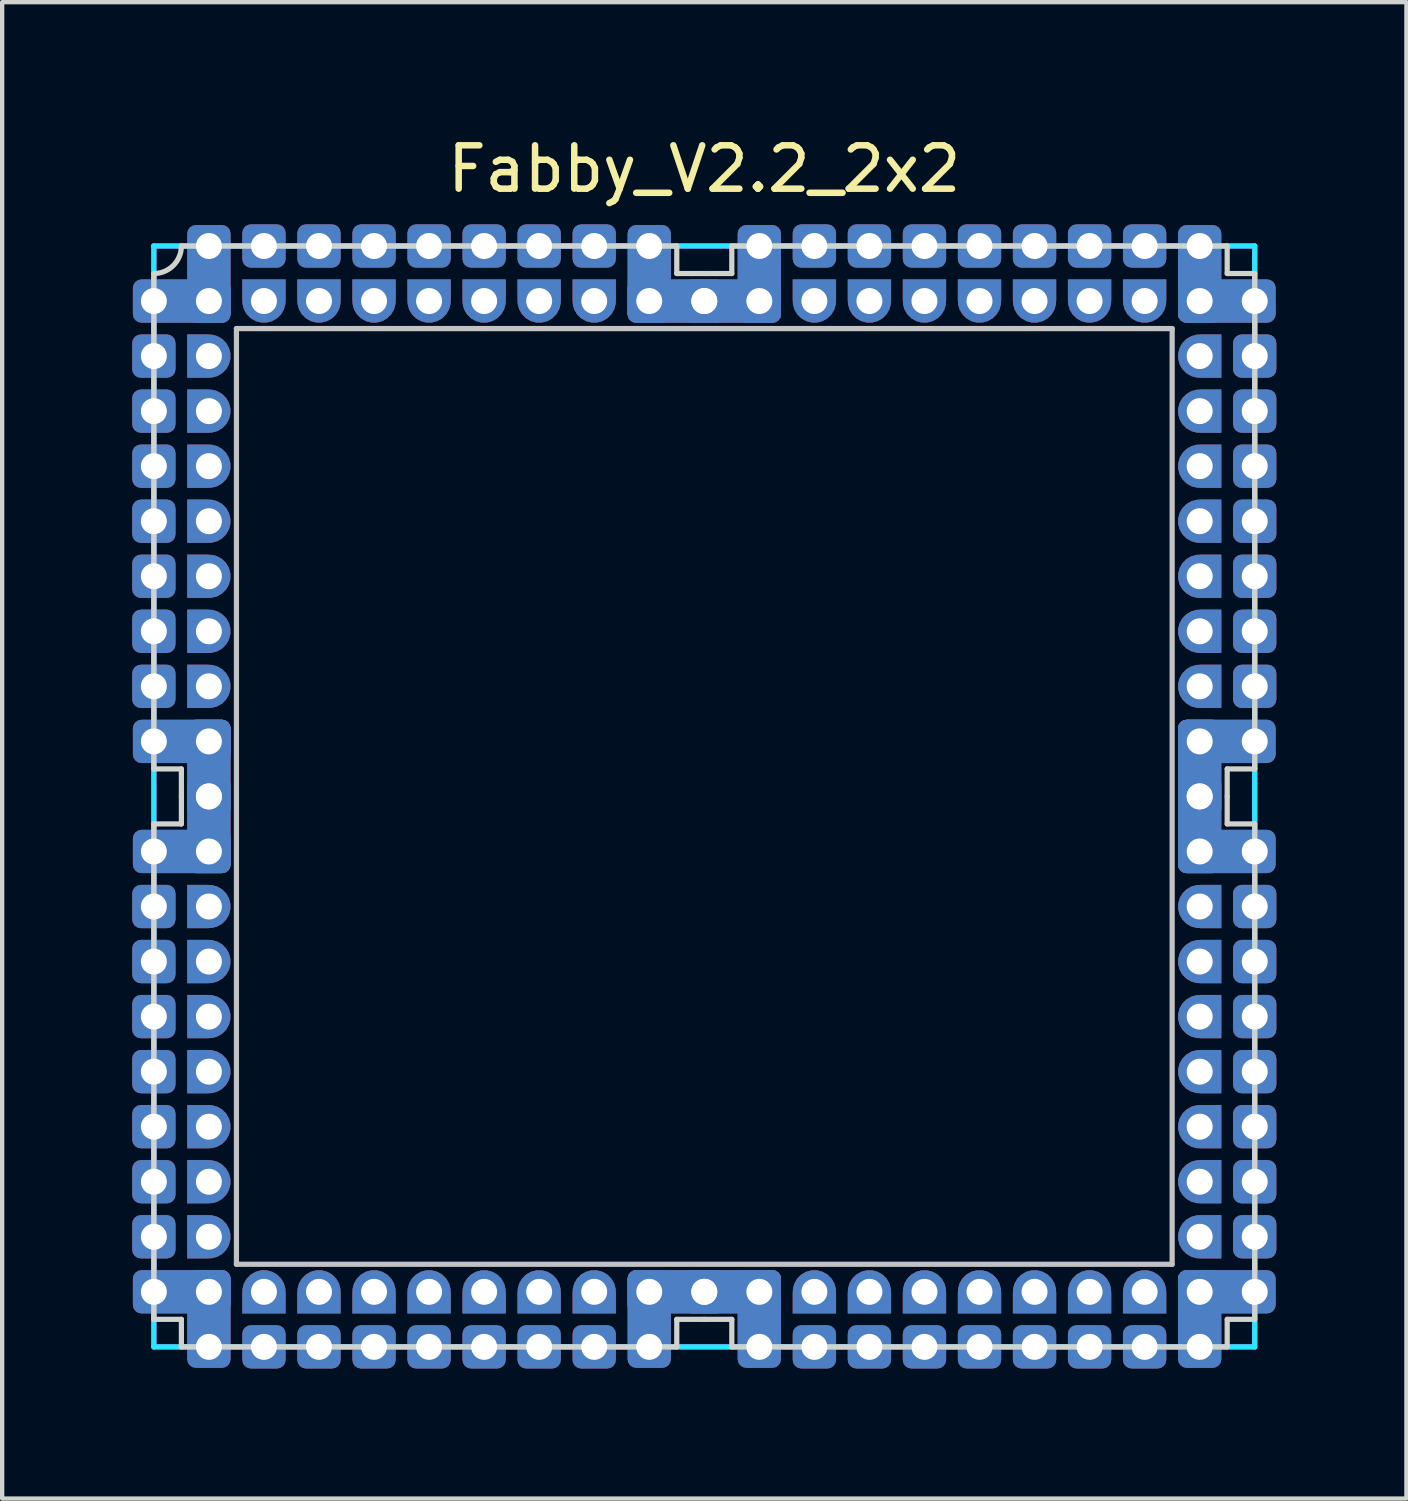
<source format=kicad_pcb>
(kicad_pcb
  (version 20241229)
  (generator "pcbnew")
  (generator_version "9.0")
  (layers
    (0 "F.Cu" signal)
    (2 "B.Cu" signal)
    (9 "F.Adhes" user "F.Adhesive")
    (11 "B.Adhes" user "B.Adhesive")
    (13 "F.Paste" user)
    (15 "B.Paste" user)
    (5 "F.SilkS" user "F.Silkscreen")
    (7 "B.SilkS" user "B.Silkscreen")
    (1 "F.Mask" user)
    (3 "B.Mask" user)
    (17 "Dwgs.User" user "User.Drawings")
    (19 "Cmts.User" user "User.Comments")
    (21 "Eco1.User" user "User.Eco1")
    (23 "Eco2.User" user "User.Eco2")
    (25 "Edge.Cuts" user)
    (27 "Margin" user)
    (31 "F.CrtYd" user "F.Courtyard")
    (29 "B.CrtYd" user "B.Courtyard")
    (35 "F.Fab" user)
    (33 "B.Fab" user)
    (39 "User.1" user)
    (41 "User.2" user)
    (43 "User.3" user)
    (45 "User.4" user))
  (footprint "Fabby_V2.2_2x2"
    (layer "F.Cu")
    (at 13.2 15.326)
    (property "Reference" "Fabby_V2.2_2x2" (at 0 -14.478 0) (layer "F.SilkS") (effects (font (size 1 1) (thickness 0.15))))
    (attr through_hole)
    (fp_line (start -10.795 -10.795) (end 10.795 -10.795) (stroke (width 0.12) (type solid)) (layer "Dwgs.User"))
    (fp_line (start -10.795 10.795) (end -10.795 -10.795) (stroke (width 0.12) (type solid)) (layer "Dwgs.User"))
    (fp_line (start 10.795 -10.795) (end 10.795 10.795) (stroke (width 0.12) (type solid)) (layer "Dwgs.User"))
    (fp_line (start 10.795 10.795) (end -10.795 10.795) (stroke (width 0.12) (type solid)) (layer "Dwgs.User"))
    (fp_line (start -12.7 -0.635) (end -12.7 -12.065) (stroke (width 0.12) (type solid)) (layer "Edge.Cuts"))
    (fp_line (start -12.7 -0.635) (end -12.065 -0.635) (stroke (width 0.12) (type solid)) (layer "Edge.Cuts"))
    (fp_line (start -12.7 12.065) (end -12.7 0.635) (stroke (width 0.12) (type solid)) (layer "Edge.Cuts"))
    (fp_line (start -12.7 12.065) (end -12.065 12.065) (stroke (width 0.12) (type solid)) (layer "Edge.Cuts"))
    (fp_line (start -12.065 -12.7) (end -0.635 -12.7) (stroke (width 0.12) (type solid)) (layer "Edge.Cuts"))
    (fp_line (start -12.065 -0.635) (end -12.065 0) (stroke (width 0.12) (type solid)) (layer "Edge.Cuts"))
    (fp_line (start -12.065 0) (end -12.065 0.635) (stroke (width 0.12) (type solid)) (layer "Edge.Cuts"))
    (fp_line (start -12.065 0.635) (end -12.7 0.635) (stroke (width 0.12) (type solid)) (layer "Edge.Cuts"))
    (fp_line (start -12.065 12.065) (end -12.065 12.7) (stroke (width 0.12) (type solid)) (layer "Edge.Cuts"))
    (fp_line (start -12.065 12.7) (end -0.635 12.7) (stroke (width 0.12) (type solid)) (layer "Edge.Cuts"))
    (fp_line (start -0.635 -12.7) (end -0.635 -12.065) (stroke (width 0.12) (type solid)) (layer "Edge.Cuts"))
    (fp_line (start -0.635 -12.065) (end 0 -12.065) (stroke (width 0.12) (type solid)) (layer "Edge.Cuts"))
    (fp_line (start -0.635 12.065) (end 0 12.065) (stroke (width 0.12) (type solid)) (layer "Edge.Cuts"))
    (fp_line (start -0.635 12.7) (end -0.635 12.065) (stroke (width 0.12) (type solid)) (layer "Edge.Cuts"))
    (fp_line (start 0 -12.065) (end 0.635 -12.065) (stroke (width 0.12) (type solid)) (layer "Edge.Cuts"))
    (fp_line (start 0 12.065) (end 0.635 12.065) (stroke (width 0.12) (type solid)) (layer "Edge.Cuts"))
    (fp_line (start 0.635 -12.7) (end 12.065 -12.7) (stroke (width 0.12) (type solid)) (layer "Edge.Cuts"))
    (fp_line (start 0.635 -12.065) (end 0.635 -12.7) (stroke (width 0.12) (type solid)) (layer "Edge.Cuts"))
    (fp_line (start 0.635 12.065) (end 0.635 12.7) (stroke (width 0.12) (type solid)) (layer "Edge.Cuts"))
    (fp_line (start 0.635 12.7) (end 12.065 12.7) (stroke (width 0.12) (type solid)) (layer "Edge.Cuts"))
    (fp_line (start 12.065 -12.7) (end 12.065 -12.065) (stroke (width 0.12) (type solid)) (layer "Edge.Cuts"))
    (fp_line (start 12.065 -12.065) (end 12.7 -12.065) (stroke (width 0.12) (type solid)) (layer "Edge.Cuts"))
    (fp_line (start 12.065 -0.635) (end 12.7 -0.635) (stroke (width 0.12) (type solid)) (layer "Edge.Cuts"))
    (fp_line (start 12.065 0) (end 12.065 -0.635) (stroke (width 0.12) (type solid)) (layer "Edge.Cuts"))
    (fp_line (start 12.065 0) (end 12.065 0.635) (stroke (width 0.12) (type solid)) (layer "Edge.Cuts"))
    (fp_line (start 12.065 0.635) (end 12.7 0.635) (stroke (width 0.12) (type solid)) (layer "Edge.Cuts"))
    (fp_line (start 12.065 12.065) (end 12.7 12.065) (stroke (width 0.12) (type solid)) (layer "Edge.Cuts"))
    (fp_line (start 12.065 12.7) (end 12.065 12.065) (stroke (width 0.12) (type solid)) (layer "Edge.Cuts"))
    (fp_line (start 12.7 -12.065) (end 12.7 -0.635) (stroke (width 0.12) (type solid)) (layer "Edge.Cuts"))
    (fp_line (start 12.7 0.635) (end 12.7 12.065) (stroke (width 0.12) (type solid)) (layer "Edge.Cuts"))
    (fp_arc (start -12.065 -12.7) (mid -12.250987 -12.250987) (end -12.7 -12.065) (stroke (width 0.12) (type solid)) (layer "Edge.Cuts"))
    (fp_line (start -12.7 -12.7) (end 12.7 -12.7) (stroke (width 0.12) (type solid)) (layer "B.CrtYd"))
    (fp_line (start -12.7 12.7) (end -12.7 -12.7) (stroke (width 0.12) (type solid)) (layer "B.CrtYd"))
    (fp_line (start 12.7 -12.7) (end 12.7 12.7) (stroke (width 0.12) (type solid)) (layer "B.CrtYd"))
    (fp_line (start 12.7 12.7) (end -12.7 12.7) (stroke (width 0.12) (type solid)) (layer "B.CrtYd"))
    (fp_line (start -12.7 -12.7) (end 12.7 -12.7) (stroke (width 0.12) (type solid)) (layer "F.CrtYd"))
    (fp_line (start -12.7 12.7) (end -12.7 -12.7) (stroke (width 0.12) (type solid)) (layer "F.CrtYd"))
    (fp_line (start 12.7 -12.7) (end 12.7 12.7) (stroke (width 0.12) (type solid)) (layer "F.CrtYd"))
    (fp_line (start 12.7 12.7) (end -12.7 12.7) (stroke (width 0.12) (type solid)) (layer "F.CrtYd"))
    (pad "" thru_hole roundrect (at -12.7 -10.16 270) (size 1 1) (drill 0.6) (layers "*.Cu" "*.Mask") (roundrect_rratio 0.2))
    (pad "" thru_hole roundrect (at -12.7 -8.89 270) (size 1 1) (drill 0.6) (layers "*.Cu" "*.Mask") (roundrect_rratio 0.2))
    (pad "" thru_hole roundrect (at -12.7 -7.62 270) (size 1 1) (drill 0.6) (layers "*.Cu" "*.Mask") (roundrect_rratio 0.2))
    (pad "" thru_hole roundrect (at -12.7 -6.35 270) (size 1 1) (drill 0.6) (layers "*.Cu" "*.Mask") (roundrect_rratio 0.2))
    (pad "" thru_hole roundrect (at -12.7 -5.08 270) (size 1 1) (drill 0.6) (layers "*.Cu" "*.Mask") (roundrect_rratio 0.2))
    (pad "" thru_hole roundrect (at -12.7 -3.81 270) (size 1 1) (drill 0.6) (layers "*.Cu" "*.Mask") (roundrect_rratio 0.2))
    (pad "" thru_hole roundrect (at -12.7 -2.54 270) (size 1 1) (drill 0.6) (layers "*.Cu" "*.Mask") (roundrect_rratio 0.2))
    (pad "" thru_hole roundrect (at -12.7 2.54 270) (size 1 1) (drill 0.6) (layers "*.Cu" "*.Mask") (roundrect_rratio 0.2))
    (pad "" thru_hole roundrect (at -12.7 3.81 270) (size 1 1) (drill 0.6) (layers "*.Cu" "*.Mask") (roundrect_rratio 0.2))
    (pad "" thru_hole roundrect (at -12.7 5.08 270) (size 1 1) (drill 0.6) (layers "*.Cu" "*.Mask") (roundrect_rratio 0.2))
    (pad "" thru_hole roundrect (at -12.7 6.35 270) (size 1 1) (drill 0.6) (layers "*.Cu" "*.Mask") (roundrect_rratio 0.2))
    (pad "" thru_hole roundrect (at -12.7 7.62 270) (size 1 1) (drill 0.6) (layers "*.Cu" "*.Mask") (roundrect_rratio 0.2))
    (pad "" thru_hole roundrect (at -12.7 8.89 270) (size 1 1) (drill 0.6) (layers "*.Cu" "*.Mask") (roundrect_rratio 0.2))
    (pad "" thru_hole roundrect (at -12.7 10.16 270) (size 1 1) (drill 0.6) (layers "*.Cu" "*.Mask") (roundrect_rratio 0.2))
    (pad "" thru_hole roundrect (at -10.16 -12.7 270) (size 1 1) (drill 0.6) (layers "*.Cu" "*.Mask") (roundrect_rratio 0.2))
    (pad "" thru_hole roundrect (at -10.16 12.7 270) (size 1 1) (drill 0.6) (layers "*.Cu" "*.Mask") (roundrect_rratio 0.2))
    (pad "" thru_hole roundrect (at -8.89 -12.7 270) (size 1 1) (drill 0.6) (layers "*.Cu" "*.Mask") (roundrect_rratio 0.2))
    (pad "" thru_hole roundrect (at -8.89 12.7 270) (size 1 1) (drill 0.6) (layers "*.Cu" "*.Mask") (roundrect_rratio 0.2))
    (pad "" thru_hole roundrect (at -7.62 -12.7 270) (size 1 1) (drill 0.6) (layers "*.Cu" "*.Mask") (roundrect_rratio 0.2))
    (pad "" thru_hole roundrect (at -7.62 12.7 270) (size 1 1) (drill 0.6) (layers "*.Cu" "*.Mask") (roundrect_rratio 0.2))
    (pad "" thru_hole roundrect (at -6.35 -12.7 270) (size 1 1) (drill 0.6) (layers "*.Cu" "*.Mask") (roundrect_rratio 0.2))
    (pad "" thru_hole roundrect (at -6.35 12.7 270) (size 1 1) (drill 0.6) (layers "*.Cu" "*.Mask") (roundrect_rratio 0.2))
    (pad "" thru_hole roundrect (at -5.08 -12.7 270) (size 1 1) (drill 0.6) (layers "*.Cu" "*.Mask") (roundrect_rratio 0.2))
    (pad "" thru_hole roundrect (at -5.08 12.7 270) (size 1 1) (drill 0.6) (layers "*.Cu" "*.Mask") (roundrect_rratio 0.2))
    (pad "" thru_hole roundrect (at -3.81 -12.7 270) (size 1 1) (drill 0.6) (layers "*.Cu" "*.Mask") (roundrect_rratio 0.2))
    (pad "" thru_hole roundrect (at -3.81 12.7 270) (size 1 1) (drill 0.6) (layers "*.Cu" "*.Mask") (roundrect_rratio 0.2))
    (pad "" thru_hole roundrect (at -2.54 -12.7 270) (size 1 1) (drill 0.6) (layers "*.Cu" "*.Mask") (roundrect_rratio 0.2))
    (pad "" thru_hole roundrect (at -2.54 12.7 270) (size 1 1) (drill 0.6) (layers "*.Cu" "*.Mask") (roundrect_rratio 0.2))
    (pad "" thru_hole roundrect (at 2.54 -12.7 270) (size 1 1) (drill 0.6) (layers "*.Cu" "*.Mask") (roundrect_rratio 0.2))
    (pad "" thru_hole roundrect (at 2.54 12.7 270) (size 1 1) (drill 0.6) (layers "*.Cu" "*.Mask") (roundrect_rratio 0.2))
    (pad "" thru_hole roundrect (at 3.81 -12.7 270) (size 1 1) (drill 0.6) (layers "*.Cu" "*.Mask") (roundrect_rratio 0.2))
    (pad "" thru_hole roundrect (at 3.81 12.7 270) (size 1 1) (drill 0.6) (layers "*.Cu" "*.Mask") (roundrect_rratio 0.2))
    (pad "" thru_hole roundrect (at 5.08 -12.7 270) (size 1 1) (drill 0.6) (layers "*.Cu" "*.Mask") (roundrect_rratio 0.2))
    (pad "" thru_hole roundrect (at 5.08 12.7 270) (size 1 1) (drill 0.6) (layers "*.Cu" "*.Mask") (roundrect_rratio 0.2))
    (pad "" thru_hole roundrect (at 6.35 -12.7 270) (size 1 1) (drill 0.6) (layers "*.Cu" "*.Mask") (roundrect_rratio 0.2))
    (pad "" thru_hole roundrect (at 6.35 12.7 270) (size 1 1) (drill 0.6) (layers "*.Cu" "*.Mask") (roundrect_rratio 0.2))
    (pad "" thru_hole roundrect (at 7.62 -12.7 270) (size 1 1) (drill 0.6) (layers "*.Cu" "*.Mask") (roundrect_rratio 0.2))
    (pad "" thru_hole roundrect (at 7.62 12.7 270) (size 1 1) (drill 0.6) (layers "*.Cu" "*.Mask") (roundrect_rratio 0.2))
    (pad "" thru_hole roundrect (at 8.89 -12.7 270) (size 1 1) (drill 0.6) (layers "*.Cu" "*.Mask") (roundrect_rratio 0.2))
    (pad "" thru_hole roundrect (at 8.89 12.7 270) (size 1 1) (drill 0.6) (layers "*.Cu" "*.Mask") (roundrect_rratio 0.2))
    (pad "" thru_hole roundrect (at 10.16 -12.7 270) (size 1 1) (drill 0.6) (layers "*.Cu" "*.Mask") (roundrect_rratio 0.2))
    (pad "" thru_hole roundrect (at 10.16 12.7 270) (size 1 1) (drill 0.6) (layers "*.Cu" "*.Mask") (roundrect_rratio 0.2))
    (pad "" thru_hole roundrect (at 12.7 -10.16 270) (size 1 1) (drill 0.6) (layers "*.Cu" "*.Mask") (roundrect_rratio 0.2))
    (pad "" thru_hole roundrect (at 12.7 -8.89 270) (size 1 1) (drill 0.6) (layers "*.Cu" "*.Mask") (roundrect_rratio 0.2))
    (pad "" thru_hole roundrect (at 12.7 -7.62 270) (size 1 1) (drill 0.6) (layers "*.Cu" "*.Mask") (roundrect_rratio 0.2))
    (pad "" thru_hole roundrect (at 12.7 -6.35 270) (size 1 1) (drill 0.6) (layers "*.Cu" "*.Mask") (roundrect_rratio 0.2))
    (pad "" thru_hole roundrect (at 12.7 -5.08 270) (size 1 1) (drill 0.6) (layers "*.Cu" "*.Mask") (roundrect_rratio 0.2))
    (pad "" thru_hole roundrect (at 12.7 -3.81 270) (size 1 1) (drill 0.6) (layers "*.Cu" "*.Mask") (roundrect_rratio 0.2))
    (pad "" thru_hole roundrect (at 12.7 -2.54 270) (size 1 1) (drill 0.6) (layers "*.Cu" "*.Mask") (roundrect_rratio 0.2))
    (pad "" thru_hole roundrect (at 12.7 2.54 270) (size 1 1) (drill 0.6) (layers "*.Cu" "*.Mask") (roundrect_rratio 0.2))
    (pad "" thru_hole roundrect (at 12.7 3.81 270) (size 1 1) (drill 0.6) (layers "*.Cu" "*.Mask") (roundrect_rratio 0.2))
    (pad "" thru_hole roundrect (at 12.7 5.08 270) (size 1 1) (drill 0.6) (layers "*.Cu" "*.Mask") (roundrect_rratio 0.2))
    (pad "" thru_hole roundrect (at 12.7 6.35 270) (size 1 1) (drill 0.6) (layers "*.Cu" "*.Mask") (roundrect_rratio 0.2))
    (pad "" thru_hole roundrect (at 12.7 7.62 270) (size 1 1) (drill 0.6) (layers "*.Cu" "*.Mask") (roundrect_rratio 0.2))
    (pad "" thru_hole roundrect (at 12.7 8.89 270) (size 1 1) (drill 0.6) (layers "*.Cu" "*.Mask") (roundrect_rratio 0.2))
    (pad "" thru_hole roundrect (at 12.7 10.16 270) (size 1 1) (drill 0.6) (layers "*.Cu" "*.Mask") (roundrect_rratio 0.2))
    (pad "1" thru_hole roundrect (at -12.7 -11.43 270) (size 1 2.254) (drill 0.6 (offset 0 -0.643)) (layers "*.Cu" "*.Mask") (roundrect_rratio 0.2))
    (pad "1" thru_hole roundrect (at -12.7 -1.27 270) (size 1 2.254) (drill 0.6 (offset 0 -0.643)) (layers "*.Cu" "*.Mask") (roundrect_rratio 0.2))
    (pad "1" thru_hole roundrect (at -12.7 1.27 270) (size 1 2.254) (drill 0.6 (offset 0 -0.643)) (layers "*.Cu" "*.Mask") (roundrect_rratio 0.2))
    (pad "1" thru_hole roundrect (at -12.7 11.43 270) (size 1 2.254) (drill 0.6 (offset 0 -0.643)) (layers "*.Cu" "*.Mask") (roundrect_rratio 0.2))
    (pad "1" thru_hole roundrect (at -11.43 -12.7 180) (size 1 2.254) (drill 0.6 (offset 0 -0.643)) (layers "*.Cu" "*.Mask") (roundrect_rratio 0.2))
    (pad "1" thru_hole roundrect (at -11.43 -11.43 270) (size 1 1) (drill 0.6) (layers "*.Cu" "*.Mask") (roundrect_rratio 0.2))
    (pad "1" thru_hole roundrect (at -11.43 -1.27 270) (size 1 1) (drill 0.6) (layers "*.Cu" "*.Mask") (roundrect_rratio 0.2))
    (pad "1" thru_hole roundrect (at -11.43 0 180) (size 1 2.254) (drill 0.6 (offset 0 -0.643)) (layers "*.Cu" "*.Mask") (roundrect_rratio 0.2))
    (pad "1" thru_hole roundrect (at -11.43 0) (size 1 2.254) (drill 0.6 (offset 0 -0.643)) (layers "*.Cu" "*.Mask") (roundrect_rratio 0.2))
    (pad "1" thru_hole roundrect (at -11.43 1.27 270) (size 1 1) (drill 0.6) (layers "*.Cu" "*.Mask") (roundrect_rratio 0.2))
    (pad "1" thru_hole roundrect (at -11.43 11.43 270) (size 1 1) (drill 0.6) (layers "*.Cu" "*.Mask") (roundrect_rratio 0.2))
    (pad "1" thru_hole roundrect (at -11.43 12.7) (size 1 2.254) (drill 0.6 (offset 0 -0.643)) (layers "*.Cu" "*.Mask") (roundrect_rratio 0.2))
    (pad "1" thru_hole roundrect (at -1.27 -12.7 180) (size 1 2.254) (drill 0.6 (offset 0 -0.643)) (layers "*.Cu" "*.Mask") (roundrect_rratio 0.2))
    (pad "1" thru_hole roundrect (at -1.27 -11.43) (size 1 1) (drill 0.6) (layers "*.Cu" "*.Mask") (roundrect_rratio 0.2))
    (pad "1" thru_hole roundrect (at -1.27 11.43 270) (size 1 1) (drill 0.6) (layers "*.Cu" "*.Mask") (roundrect_rratio 0.2))
    (pad "1" thru_hole roundrect (at -1.27 12.7) (size 1 2.254) (drill 0.6 (offset 0 -0.643)) (layers "*.Cu" "*.Mask") (roundrect_rratio 0.2))
    (pad "1" thru_hole roundrect (at 0 -11.43 270) (size 1 2.254) (drill 0.6 (offset 0 -0.643)) (layers "*.Cu" "*.Mask") (roundrect_rratio 0.2))
    (pad "1" thru_hole roundrect (at 0 -11.43 90) (size 1 2.254) (drill 0.6 (offset 0 -0.643)) (layers "*.Cu" "*.Mask") (roundrect_rratio 0.2))
    (pad "1" thru_hole roundrect (at 0 11.43 270) (size 1 2.254) (drill 0.6 (offset 0 -0.643)) (layers "*.Cu" "*.Mask") (roundrect_rratio 0.2))
    (pad "1" thru_hole roundrect (at 0 11.43 90) (size 1 2.254) (drill 0.6 (offset 0 -0.643)) (layers "*.Cu" "*.Mask") (roundrect_rratio 0.2))
    (pad "1" thru_hole roundrect (at 1.27 -12.7 180) (size 1 2.254) (drill 0.6 (offset 0 -0.643)) (layers "*.Cu" "*.Mask") (roundrect_rratio 0.2))
    (pad "1" thru_hole roundrect (at 1.27 -11.43) (size 1 1) (drill 0.6) (layers "*.Cu" "*.Mask") (roundrect_rratio 0.2))
    (pad "1" thru_hole roundrect (at 1.27 11.43 270) (size 1 1) (drill 0.6) (layers "*.Cu" "*.Mask") (roundrect_rratio 0.2))
    (pad "1" thru_hole roundrect (at 1.27 12.7) (size 1 2.254) (drill 0.6 (offset 0 -0.643)) (layers "*.Cu" "*.Mask") (roundrect_rratio 0.2))
    (pad "1" thru_hole roundrect (at 11.43 -12.7 180) (size 1 2.254) (drill 0.6 (offset 0 -0.643)) (layers "*.Cu" "*.Mask") (roundrect_rratio 0.2))
    (pad "1" thru_hole roundrect (at 11.43 -11.43) (size 1 1) (drill 0.6) (layers "*.Cu" "*.Mask") (roundrect_rratio 0.2))
    (pad "1" thru_hole roundrect (at 11.43 -1.27) (size 1 1) (drill 0.6) (layers "*.Cu" "*.Mask") (roundrect_rratio 0.2))
    (pad "1" thru_hole roundrect (at 11.43 0) (size 1 2.254) (drill 0.6 (offset 0 -0.643)) (layers "*.Cu" "*.Mask") (roundrect_rratio 0.2))
    (pad "1" thru_hole roundrect (at 11.43 0 180) (size 1 2.254) (drill 0.6 (offset 0 -0.643)) (layers "*.Cu" "*.Mask") (roundrect_rratio 0.2))
    (pad "1" thru_hole roundrect (at 11.43 1.27) (size 1 1) (drill 0.6) (layers "*.Cu" "*.Mask") (roundrect_rratio 0.2))
    (pad "1" thru_hole roundrect (at 11.43 11.43) (size 1 1) (drill 0.6) (layers "*.Cu" "*.Mask") (roundrect_rratio 0.2))
    (pad "1" thru_hole roundrect (at 11.43 12.7) (size 1 2.254) (drill 0.6 (offset 0 -0.643)) (layers "*.Cu" "*.Mask") (roundrect_rratio 0.2))
    (pad "1" thru_hole roundrect (at 12.7 -11.43 90) (size 1 2.254) (drill 0.6 (offset 0 -0.643)) (layers "*.Cu" "*.Mask") (roundrect_rratio 0.2))
    (pad "1" thru_hole roundrect (at 12.7 -1.27 90) (size 1 2.254) (drill 0.6 (offset 0 -0.643)) (layers "*.Cu" "*.Mask") (roundrect_rratio 0.2))
    (pad "1" thru_hole roundrect (at 12.7 1.27 90) (size 1 2.254) (drill 0.6 (offset 0 -0.643)) (layers "*.Cu" "*.Mask") (roundrect_rratio 0.2))
    (pad "1" thru_hole roundrect (at 12.7 11.43 90) (size 1 2.254) (drill 0.6 (offset 0 -0.643)) (layers "*.Cu" "*.Mask") (roundrect_rratio 0.2))
    (pad "2" thru_hole custom (at -11.43 -10.16) (size 1 1) (drill 0.6) (layers "*.Cu" "*.Mask") (options (anchor circle)) (primitives (gr_poly (pts (xy -0.5 -0.5) (xy 0 -0.5) (xy 0 0.5) (xy -0.5 0.5)) (width 0) (fill yes))))
    (pad "3" thru_hole custom (at -11.43 -8.89) (size 1 1) (drill 0.6) (layers "*.Cu" "*.Mask") (options (anchor circle)) (primitives (gr_poly (pts (xy -0.5 -0.5) (xy 0 -0.5) (xy 0 0.5) (xy -0.5 0.5)) (width 0) (fill yes))))
    (pad "4" thru_hole custom (at -11.43 -7.62) (size 1 1) (drill 0.6) (layers "*.Cu" "*.Mask") (options (anchor circle)) (primitives (gr_poly (pts (xy -0.5 -0.5) (xy 0 -0.5) (xy 0 0.5) (xy -0.5 0.5)) (width 0) (fill yes))))
    (pad "5" thru_hole custom (at -11.43 -6.35) (size 1 1) (drill 0.6) (layers "*.Cu" "*.Mask") (options (anchor circle)) (primitives (gr_poly (pts (xy -0.5 -0.5) (xy 0 -0.5) (xy 0 0.5) (xy -0.5 0.5)) (width 0) (fill yes))))
    (pad "6" thru_hole custom (at -11.43 -5.08) (size 1 1) (drill 0.6) (layers "*.Cu" "*.Mask") (options (anchor circle)) (primitives (gr_poly (pts (xy -0.5 -0.5) (xy 0 -0.5) (xy 0 0.5) (xy -0.5 0.5)) (width 0) (fill yes))))
    (pad "7" thru_hole custom (at -11.43 -3.81) (size 1 1) (drill 0.6) (layers "*.Cu" "*.Mask") (options (anchor circle)) (primitives (gr_poly (pts (xy -0.5 -0.5) (xy 0 -0.5) (xy 0 0.5) (xy -0.5 0.5)) (width 0) (fill yes))))
    (pad "8" thru_hole custom (at -11.43 -2.54) (size 1 1) (drill 0.6) (layers "*.Cu" "*.Mask") (options (anchor circle)) (primitives (gr_poly (pts (xy -0.5 -0.5) (xy 0 -0.5) (xy 0 0.5) (xy -0.5 0.5)) (width 0) (fill yes))))
    (pad "9" thru_hole custom (at -11.43 2.54) (size 1 1) (drill 0.6) (layers "*.Cu" "*.Mask") (options (anchor circle)) (primitives (gr_poly (pts (xy -0.5 -0.5) (xy 0 -0.5) (xy 0 0.5) (xy -0.5 0.5)) (width 0) (fill yes))))
    (pad "10" thru_hole custom (at -11.43 3.81) (size 1 1) (drill 0.6) (layers "*.Cu" "*.Mask") (options (anchor circle)) (primitives (gr_poly (pts (xy -0.5 -0.5) (xy 0 -0.5) (xy 0 0.5) (xy -0.5 0.5)) (width 0) (fill yes))))
    (pad "11" thru_hole custom (at -11.43 5.08) (size 1 1) (drill 0.6) (layers "*.Cu" "*.Mask") (options (anchor circle)) (primitives (gr_poly (pts (xy -0.5 -0.5) (xy 0 -0.5) (xy 0 0.5) (xy -0.5 0.5)) (width 0) (fill yes))))
    (pad "12" thru_hole custom (at -11.43 6.35) (size 1 1) (drill 0.6) (layers "*.Cu" "*.Mask") (options (anchor circle)) (primitives (gr_poly (pts (xy -0.5 -0.5) (xy 0 -0.5) (xy 0 0.5) (xy -0.5 0.5)) (width 0) (fill yes))))
    (pad "13" thru_hole custom (at -11.43 7.62) (size 1 1) (drill 0.6) (layers "*.Cu" "*.Mask") (options (anchor circle)) (primitives (gr_poly (pts (xy -0.5 -0.5) (xy 0 -0.5) (xy 0 0.5) (xy -0.5 0.5)) (width 0) (fill yes))))
    (pad "14" thru_hole custom (at -11.43 8.89) (size 1 1) (drill 0.6) (layers "*.Cu" "*.Mask") (options (anchor circle)) (primitives (gr_poly (pts (xy -0.5 -0.5) (xy 0 -0.5) (xy 0 0.5) (xy -0.5 0.5)) (width 0) (fill yes))))
    (pad "15" thru_hole custom (at -11.43 10.16) (size 1 1) (drill 0.6) (layers "*.Cu" "*.Mask") (options (anchor circle)) (primitives (gr_poly (pts (xy -0.5 -0.5) (xy 0 -0.5) (xy 0 0.5) (xy -0.5 0.5)) (width 0) (fill yes))))
    (pad "16" thru_hole custom (at -10.16 11.43 90) (size 1 1) (drill 0.6) (layers "*.Cu" "*.Mask") (options (anchor circle)) (primitives (gr_poly (pts (xy -0.5 -0.5) (xy 0 -0.5) (xy 0 0.5) (xy -0.5 0.5)) (width 0) (fill yes))))
    (pad "17" thru_hole custom (at -8.89 11.43 90) (size 1 1) (drill 0.6) (layers "*.Cu" "*.Mask") (options (anchor circle)) (primitives (gr_poly (pts (xy -0.5 -0.5) (xy 0 -0.5) (xy 0 0.5) (xy -0.5 0.5)) (width 0) (fill yes))))
    (pad "18" thru_hole custom (at -7.62 11.43 90) (size 1 1) (drill 0.6) (layers "*.Cu" "*.Mask") (options (anchor circle)) (primitives (gr_poly (pts (xy -0.5 -0.5) (xy 0 -0.5) (xy 0 0.5) (xy -0.5 0.5)) (width 0) (fill yes))))
    (pad "19" thru_hole custom (at -6.35 11.43 90) (size 1 1) (drill 0.6) (layers "*.Cu" "*.Mask") (options (anchor circle)) (primitives (gr_poly (pts (xy -0.5 -0.5) (xy 0 -0.5) (xy 0 0.5) (xy -0.5 0.5)) (width 0) (fill yes))))
    (pad "20" thru_hole custom (at -5.08 11.43 90) (size 1 1) (drill 0.6) (layers "*.Cu" "*.Mask") (options (anchor circle)) (primitives (gr_poly (pts (xy -0.5 -0.5) (xy 0 -0.5) (xy 0 0.5) (xy -0.5 0.5)) (width 0) (fill yes))))
    (pad "21" thru_hole custom (at -3.81 11.43 90) (size 1 1) (drill 0.6) (layers "*.Cu" "*.Mask") (options (anchor circle)) (primitives (gr_poly (pts (xy -0.5 -0.5) (xy 0 -0.5) (xy 0 0.5) (xy -0.5 0.5)) (width 0) (fill yes))))
    (pad "22" thru_hole custom (at -2.54 11.43 90) (size 1 1) (drill 0.6) (layers "*.Cu" "*.Mask") (options (anchor circle)) (primitives (gr_poly (pts (xy -0.5 -0.5) (xy 0 -0.5) (xy 0 0.5) (xy -0.5 0.5)) (width 0) (fill yes))))
    (pad "23" thru_hole custom (at 2.54 11.43 90) (size 1 1) (drill 0.6) (layers "*.Cu" "*.Mask") (options (anchor circle)) (primitives (gr_poly (pts (xy -0.5 -0.5) (xy 0 -0.5) (xy 0 0.5) (xy -0.5 0.5)) (width 0) (fill yes))))
    (pad "24" thru_hole custom (at 3.81 11.43 90) (size 1 1) (drill 0.6) (layers "*.Cu" "*.Mask") (options (anchor circle)) (primitives (gr_poly (pts (xy -0.5 -0.5) (xy 0 -0.5) (xy 0 0.5) (xy -0.5 0.5)) (width 0) (fill yes))))
    (pad "25" thru_hole custom (at 5.08 11.43 90) (size 1 1) (drill 0.6) (layers "*.Cu" "*.Mask") (options (anchor circle)) (primitives (gr_poly (pts (xy -0.5 -0.5) (xy 0 -0.5) (xy 0 0.5) (xy -0.5 0.5)) (width 0) (fill yes))))
    (pad "26" thru_hole custom (at 6.35 11.43 90) (size 1 1) (drill 0.6) (layers "*.Cu" "*.Mask") (options (anchor circle)) (primitives (gr_poly (pts (xy -0.5 -0.5) (xy 0 -0.5) (xy 0 0.5) (xy -0.5 0.5)) (width 0) (fill yes))))
    (pad "27" thru_hole custom (at 7.62 11.43 90) (size 1 1) (drill 0.6) (layers "*.Cu" "*.Mask") (options (anchor circle)) (primitives (gr_poly (pts (xy -0.5 -0.5) (xy 0 -0.5) (xy 0 0.5) (xy -0.5 0.5)) (width 0) (fill yes))))
    (pad "28" thru_hole custom (at 8.89 11.43 90) (size 1 1) (drill 0.6) (layers "*.Cu" "*.Mask") (options (anchor circle)) (primitives (gr_poly (pts (xy -0.5 -0.5) (xy 0 -0.5) (xy 0 0.5) (xy -0.5 0.5)) (width 0) (fill yes))))
    (pad "29" thru_hole custom (at 10.16 11.43 90) (size 1 1) (drill 0.6) (layers "*.Cu" "*.Mask") (options (anchor circle)) (primitives (gr_poly (pts (xy -0.5 -0.5) (xy 0 -0.5) (xy 0 0.5) (xy -0.5 0.5)) (width 0) (fill yes))))
    (pad "30" thru_hole custom (at 11.43 10.16 180) (size 1 1) (drill 0.6) (layers "*.Cu" "*.Mask") (options (anchor circle)) (primitives (gr_poly (pts (xy -0.5 -0.5) (xy 0 -0.5) (xy 0 0.5) (xy -0.5 0.5)) (width 0) (fill yes))))
    (pad "31" thru_hole custom (at 11.43 8.89 180) (size 1 1) (drill 0.6) (layers "*.Cu" "*.Mask") (options (anchor circle)) (primitives (gr_poly (pts (xy -0.5 -0.5) (xy 0 -0.5) (xy 0 0.5) (xy -0.5 0.5)) (width 0) (fill yes))))
    (pad "32" thru_hole custom (at 11.43 7.62 180) (size 1 1) (drill 0.6) (layers "*.Cu" "*.Mask") (options (anchor circle)) (primitives (gr_poly (pts (xy -0.5 -0.5) (xy 0 -0.5) (xy 0 0.5) (xy -0.5 0.5)) (width 0) (fill yes))))
    (pad "33" thru_hole custom (at 11.43 6.35 180) (size 1 1) (drill 0.6) (layers "*.Cu" "*.Mask") (options (anchor circle)) (primitives (gr_poly (pts (xy -0.5 -0.5) (xy 0 -0.5) (xy 0 0.5) (xy -0.5 0.5)) (width 0) (fill yes))))
    (pad "34" thru_hole custom (at 11.43 5.08 180) (size 1 1) (drill 0.6) (layers "*.Cu" "*.Mask") (options (anchor circle)) (primitives (gr_poly (pts (xy -0.5 -0.5) (xy 0 -0.5) (xy 0 0.5) (xy -0.5 0.5)) (width 0) (fill yes))))
    (pad "35" thru_hole custom (at 11.43 3.81 180) (size 1 1) (drill 0.6) (layers "*.Cu" "*.Mask") (options (anchor circle)) (primitives (gr_poly (pts (xy -0.5 -0.5) (xy 0 -0.5) (xy 0 0.5) (xy -0.5 0.5)) (width 0) (fill yes))))
    (pad "36" thru_hole custom (at 11.43 2.54 180) (size 1 1) (drill 0.6) (layers "*.Cu" "*.Mask") (options (anchor circle)) (primitives (gr_poly (pts (xy -0.5 -0.5) (xy 0 -0.5) (xy 0 0.5) (xy -0.5 0.5)) (width 0) (fill yes))))
    (pad "37" thru_hole custom (at 11.43 -2.54 180) (size 1 1) (drill 0.6) (layers "*.Cu" "*.Mask") (options (anchor circle)) (primitives (gr_poly (pts (xy -0.5 -0.5) (xy 0 -0.5) (xy 0 0.5) (xy -0.5 0.5)) (width 0) (fill yes))))
    (pad "38" thru_hole custom (at 11.43 -3.81 180) (size 1 1) (drill 0.6) (layers "*.Cu" "*.Mask") (options (anchor circle)) (primitives (gr_poly (pts (xy -0.5 -0.5) (xy 0 -0.5) (xy 0 0.5) (xy -0.5 0.5)) (width 0) (fill yes))))
    (pad "39" thru_hole custom (at 11.43 -5.08 180) (size 1 1) (drill 0.6) (layers "*.Cu" "*.Mask") (options (anchor circle)) (primitives (gr_poly (pts (xy -0.5 -0.5) (xy 0 -0.5) (xy 0 0.5) (xy -0.5 0.5)) (width 0) (fill yes))))
    (pad "40" thru_hole custom (at 11.43 -6.35 180) (size 1 1) (drill 0.6) (layers "*.Cu" "*.Mask") (options (anchor circle)) (primitives (gr_poly (pts (xy -0.5 -0.5) (xy 0 -0.5) (xy 0 0.5) (xy -0.5 0.5)) (width 0) (fill yes))))
    (pad "41" thru_hole custom (at 11.43 -7.62 180) (size 1 1) (drill 0.6) (layers "*.Cu" "*.Mask") (options (anchor circle)) (primitives (gr_poly (pts (xy -0.5 -0.5) (xy 0 -0.5) (xy 0 0.5) (xy -0.5 0.5)) (width 0) (fill yes))))
    (pad "42" thru_hole custom (at 11.43 -8.89 180) (size 1 1) (drill 0.6) (layers "*.Cu" "*.Mask") (options (anchor circle)) (primitives (gr_poly (pts (xy -0.5 -0.5) (xy 0 -0.5) (xy 0 0.5) (xy -0.5 0.5)) (width 0) (fill yes))))
    (pad "43" thru_hole custom (at 11.43 -10.16 180) (size 1 1) (drill 0.6) (layers "*.Cu" "*.Mask") (options (anchor circle)) (primitives (gr_poly (pts (xy -0.5 -0.5) (xy 0 -0.5) (xy 0 0.5) (xy -0.5 0.5)) (width 0) (fill yes))))
    (pad "44" thru_hole custom (at 10.16 -11.43 270) (size 1 1) (drill 0.6) (layers "*.Cu" "*.Mask") (options (anchor circle)) (primitives (gr_poly (pts (xy -0.5 -0.5) (xy 0 -0.5) (xy 0 0.5) (xy -0.5 0.5)) (width 0) (fill yes))))
    (pad "45" thru_hole custom (at 8.89 -11.43 270) (size 1 1) (drill 0.6) (layers "*.Cu" "*.Mask") (options (anchor circle)) (primitives (gr_poly (pts (xy -0.5 -0.5) (xy 0 -0.5) (xy 0 0.5) (xy -0.5 0.5)) (width 0) (fill yes))))
    (pad "46" thru_hole custom (at 7.62 -11.43 270) (size 1 1) (drill 0.6) (layers "*.Cu" "*.Mask") (options (anchor circle)) (primitives (gr_poly (pts (xy -0.5 -0.5) (xy 0 -0.5) (xy 0 0.5) (xy -0.5 0.5)) (width 0) (fill yes))))
    (pad "47" thru_hole custom (at 6.35 -11.43 270) (size 1 1) (drill 0.6) (layers "*.Cu" "*.Mask") (options (anchor circle)) (primitives (gr_poly (pts (xy -0.5 -0.5) (xy 0 -0.5) (xy 0 0.5) (xy -0.5 0.5)) (width 0) (fill yes))))
    (pad "48" thru_hole custom (at 5.08 -11.43 270) (size 1 1) (drill 0.6) (layers "*.Cu" "*.Mask") (options (anchor circle)) (primitives (gr_poly (pts (xy -0.5 -0.5) (xy 0 -0.5) (xy 0 0.5) (xy -0.5 0.5)) (width 0) (fill yes))))
    (pad "49" thru_hole custom (at 3.81 -11.43 270) (size 1 1) (drill 0.6) (layers "*.Cu" "*.Mask") (options (anchor circle)) (primitives (gr_poly (pts (xy -0.5 -0.5) (xy 0 -0.5) (xy 0 0.5) (xy -0.5 0.5)) (width 0) (fill yes))))
    (pad "50" thru_hole custom (at 2.54 -11.43 270) (size 1 1) (drill 0.6) (layers "*.Cu" "*.Mask") (options (anchor circle)) (primitives (gr_poly (pts (xy -0.5 -0.5) (xy 0 -0.5) (xy 0 0.5) (xy -0.5 0.5)) (width 0) (fill yes))))
    (pad "51" thru_hole custom (at -2.54 -11.43 270) (size 1 1) (drill 0.6) (layers "*.Cu" "*.Mask") (options (anchor circle)) (primitives (gr_poly (pts (xy -0.5 -0.5) (xy 0 -0.5) (xy 0 0.5) (xy -0.5 0.5)) (width 0) (fill yes))))
    (pad "52" thru_hole custom (at -3.81 -11.43 270) (size 1 1) (drill 0.6) (layers "*.Cu" "*.Mask") (options (anchor circle)) (primitives (gr_poly (pts (xy -0.5 -0.5) (xy 0 -0.5) (xy 0 0.5) (xy -0.5 0.5)) (width 0) (fill yes))))
    (pad "53" thru_hole custom (at -5.08 -11.43 270) (size 1 1) (drill 0.6) (layers "*.Cu" "*.Mask") (options (anchor circle)) (primitives (gr_poly (pts (xy -0.5 -0.5) (xy 0 -0.5) (xy 0 0.5) (xy -0.5 0.5)) (width 0) (fill yes))))
    (pad "54" thru_hole custom (at -6.35 -11.43 270) (size 1 1) (drill 0.6) (layers "*.Cu" "*.Mask") (options (anchor circle)) (primitives (gr_poly (pts (xy -0.5 -0.5) (xy 0 -0.5) (xy 0 0.5) (xy -0.5 0.5)) (width 0) (fill yes))))
    (pad "55" thru_hole custom (at -7.62 -11.43 270) (size 1 1) (drill 0.6) (layers "*.Cu" "*.Mask") (options (anchor circle)) (primitives (gr_poly (pts (xy -0.5 -0.5) (xy 0 -0.5) (xy 0 0.5) (xy -0.5 0.5)) (width 0) (fill yes))))
    (pad "56" thru_hole custom (at -8.89 -11.43 270) (size 1 1) (drill 0.6) (layers "*.Cu" "*.Mask") (options (anchor circle)) (primitives (gr_poly (pts (xy -0.5 -0.5) (xy 0 -0.5) (xy 0 0.5) (xy -0.5 0.5)) (width 0) (fill yes))))
    (pad "57" thru_hole custom (at -10.16 -11.43 270) (size 1 1) (drill 0.6) (layers "*.Cu" "*.Mask") (options (anchor circle)) (primitives (gr_poly (pts (xy -0.5 -0.5) (xy 0 -0.5) (xy 0 0.5) (xy -0.5 0.5)) (width 0) (fill yes)))))
  (gr_rect
    (start -3 -3)
    (end 29.4 31.526)
    (stroke (width 0.1) (type default))
    (fill no)
    (layer "Edge.Cuts")))
</source>
